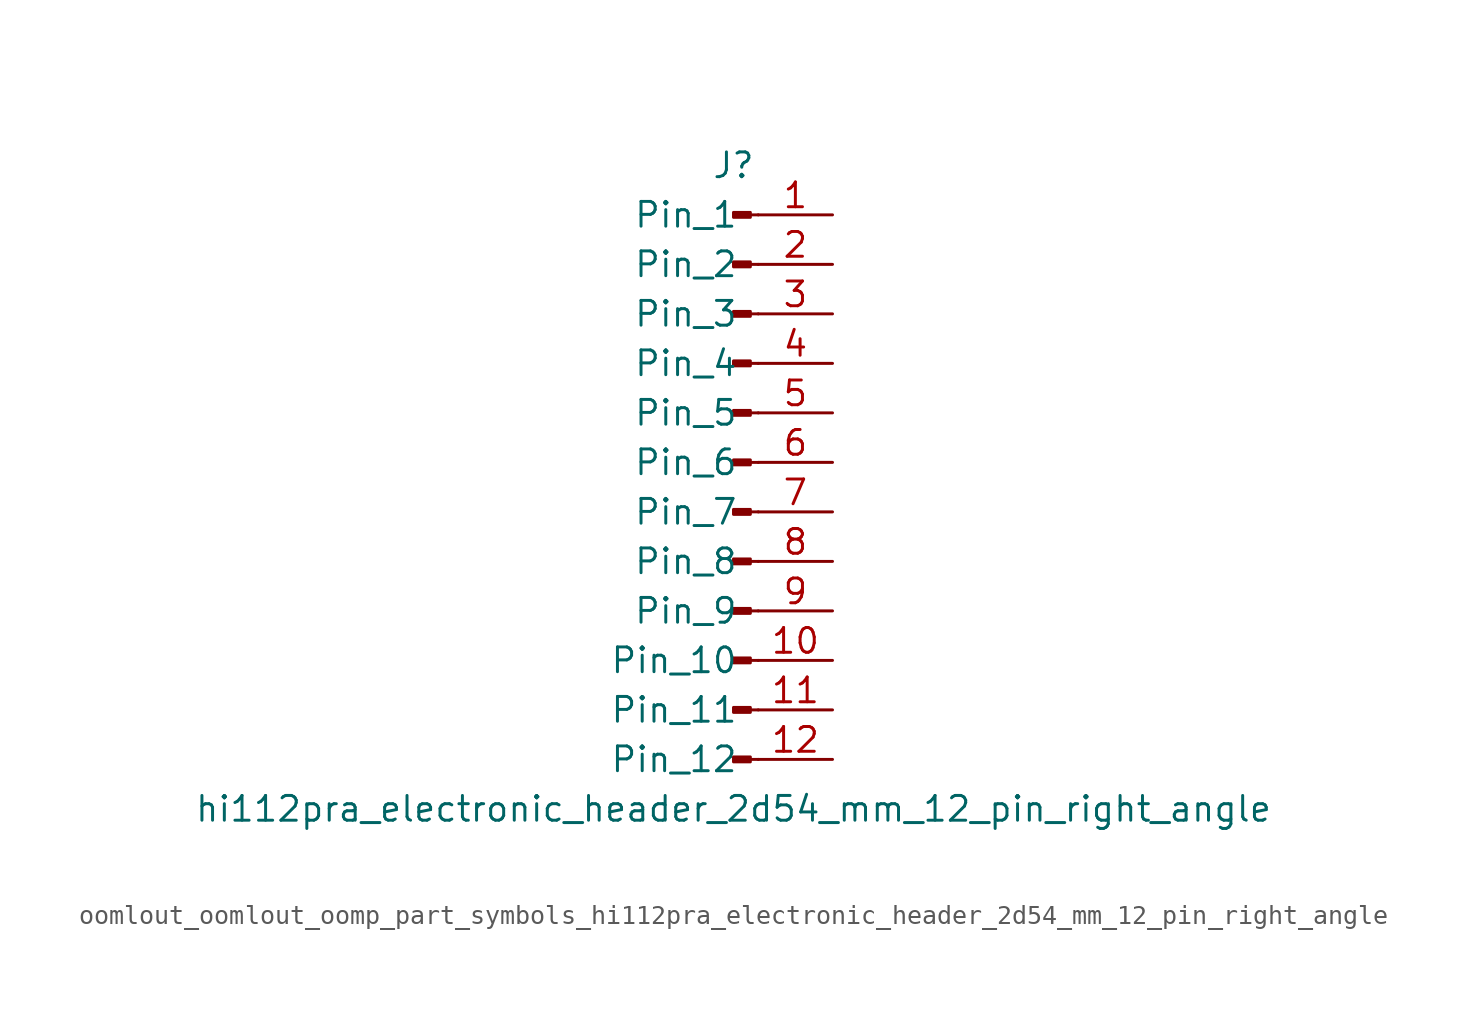
<source format=kicad_sym>
(kicad_symbol_lib
  (version 20220914)
  (generator kicad_symbol_editor)
  (symbol "oomlout_oomlout_oomp_part_symbols_hi112pra_electronic_header_2d54_mm_12_pin_right_angle"
    (pin_names
      (offset 1.016))
    (property "Reference" "J"
      (at 0 15.24 0)
      (effects (font (size 1.27 1.27))))
    (property "Value" "hi112pra_electronic_header_2d54_mm_12_pin_right_angle"
      (at 0 -17.78 0)
      (effects (font (size 1.27 1.27))))
    (property "ki_locked" ""
      (at 0 0 0)
      (effects (font (size 1.27 1.27))))
    (symbol "oomlout_oomlout_oomp_part_symbols_hi112pra_electronic_header_2d54_mm_12_pin_right_angle_1_1"
      (polyline (pts (xy 1.27 -15.24) (xy 0.864 -15.24)) (stroke (width 0.152) (type default)) (fill (type none)))
      (polyline (pts (xy 1.27 -12.7) (xy 0.864 -12.7)) (stroke (width 0.152) (type default)) (fill (type none)))
      (polyline (pts (xy 1.27 -10.16) (xy 0.864 -10.16)) (stroke (width 0.152) (type default)) (fill (type none)))
      (polyline (pts (xy 1.27 -7.62) (xy 0.864 -7.62)) (stroke (width 0.152) (type default)) (fill (type none)))
      (polyline (pts (xy 1.27 -5.08) (xy 0.864 -5.08)) (stroke (width 0.152) (type default)) (fill (type none)))
      (polyline (pts (xy 1.27 -2.54) (xy 0.864 -2.54)) (stroke (width 0.152) (type default)) (fill (type none)))
      (polyline (pts (xy 1.27 0) (xy 0.864 0)) (stroke (width 0.152) (type default)) (fill (type none)))
      (polyline (pts (xy 1.27 2.54) (xy 0.864 2.54)) (stroke (width 0.152) (type default)) (fill (type none)))
      (polyline (pts (xy 1.27 5.08) (xy 0.864 5.08)) (stroke (width 0.152) (type default)) (fill (type none)))
      (polyline (pts (xy 1.27 7.62) (xy 0.864 7.62)) (stroke (width 0.152) (type default)) (fill (type none)))
      (polyline (pts (xy 1.27 10.16) (xy 0.864 10.16)) (stroke (width 0.152) (type default)) (fill (type none)))
      (polyline (pts (xy 1.27 12.7) (xy 0.864 12.7)) (stroke (width 0.152) (type default)) (fill (type none)))
      (rectangle (start 0.864 -15.113) (end 0 -15.367) (stroke (width 0.152) (type default)) (fill (type outline)))
      (rectangle (start 0.864 -12.573) (end 0 -12.827) (stroke (width 0.152) (type default)) (fill (type outline)))
      (rectangle (start 0.864 -10.033) (end 0 -10.287) (stroke (width 0.152) (type default)) (fill (type outline)))
      (rectangle (start 0.864 -7.493) (end 0 -7.747) (stroke (width 0.152) (type default)) (fill (type outline)))
      (rectangle (start 0.864 -4.953) (end 0 -5.207) (stroke (width 0.152) (type default)) (fill (type outline)))
      (rectangle (start 0.864 -2.413) (end 0 -2.667) (stroke (width 0.152) (type default)) (fill (type outline)))
      (rectangle (start 0.864 0.127) (end 0 -0.127) (stroke (width 0.152) (type default)) (fill (type outline)))
      (rectangle (start 0.864 2.667) (end 0 2.413) (stroke (width 0.152) (type default)) (fill (type outline)))
      (rectangle (start 0.864 5.207) (end 0 4.953) (stroke (width 0.152) (type default)) (fill (type outline)))
      (rectangle (start 0.864 7.747) (end 0 7.493) (stroke (width 0.152) (type default)) (fill (type outline)))
      (rectangle (start 0.864 10.287) (end 0 10.033) (stroke (width 0.152) (type default)) (fill (type outline)))
      (rectangle (start 0.864 12.827) (end 0 12.573) (stroke (width 0.152) (type default)) (fill (type outline)))
      (pin passive line (at 5.08 12.7 180) (length 3.81) (name "Pin_1" (effects (font (size 1.27 1.27)))) (number "1" (effects (font (size 1.27 1.27)))))
      (pin passive line (at 5.08 -10.16 180) (length 3.81) (name "Pin_10" (effects (font (size 1.27 1.27)))) (number "10" (effects (font (size 1.27 1.27)))))
      (pin passive line (at 5.08 -12.7 180) (length 3.81) (name "Pin_11" (effects (font (size 1.27 1.27)))) (number "11" (effects (font (size 1.27 1.27)))))
      (pin passive line (at 5.08 -15.24 180) (length 3.81) (name "Pin_12" (effects (font (size 1.27 1.27)))) (number "12" (effects (font (size 1.27 1.27)))))
      (pin passive line (at 5.08 10.16 180) (length 3.81) (name "Pin_2" (effects (font (size 1.27 1.27)))) (number "2" (effects (font (size 1.27 1.27)))))
      (pin passive line (at 5.08 7.62 180) (length 3.81) (name "Pin_3" (effects (font (size 1.27 1.27)))) (number "3" (effects (font (size 1.27 1.27)))))
      (pin passive line (at 5.08 5.08 180) (length 3.81) (name "Pin_4" (effects (font (size 1.27 1.27)))) (number "4" (effects (font (size 1.27 1.27)))))
      (pin passive line (at 5.08 2.54 180) (length 3.81) (name "Pin_5" (effects (font (size 1.27 1.27)))) (number "5" (effects (font (size 1.27 1.27)))))
      (pin passive line (at 5.08 0 180) (length 3.81) (name "Pin_6" (effects (font (size 1.27 1.27)))) (number "6" (effects (font (size 1.27 1.27)))))
      (pin passive line (at 5.08 -2.54 180) (length 3.81) (name "Pin_7" (effects (font (size 1.27 1.27)))) (number "7" (effects (font (size 1.27 1.27)))))
      (pin passive line (at 5.08 -5.08 180) (length 3.81) (name "Pin_8" (effects (font (size 1.27 1.27)))) (number "8" (effects (font (size 1.27 1.27)))))
      (pin passive line (at 5.08 -7.62 180) (length 3.81) (name "Pin_9" (effects (font (size 1.27 1.27)))) (number "9" (effects (font (size 1.27 1.27))))))))
</source>
